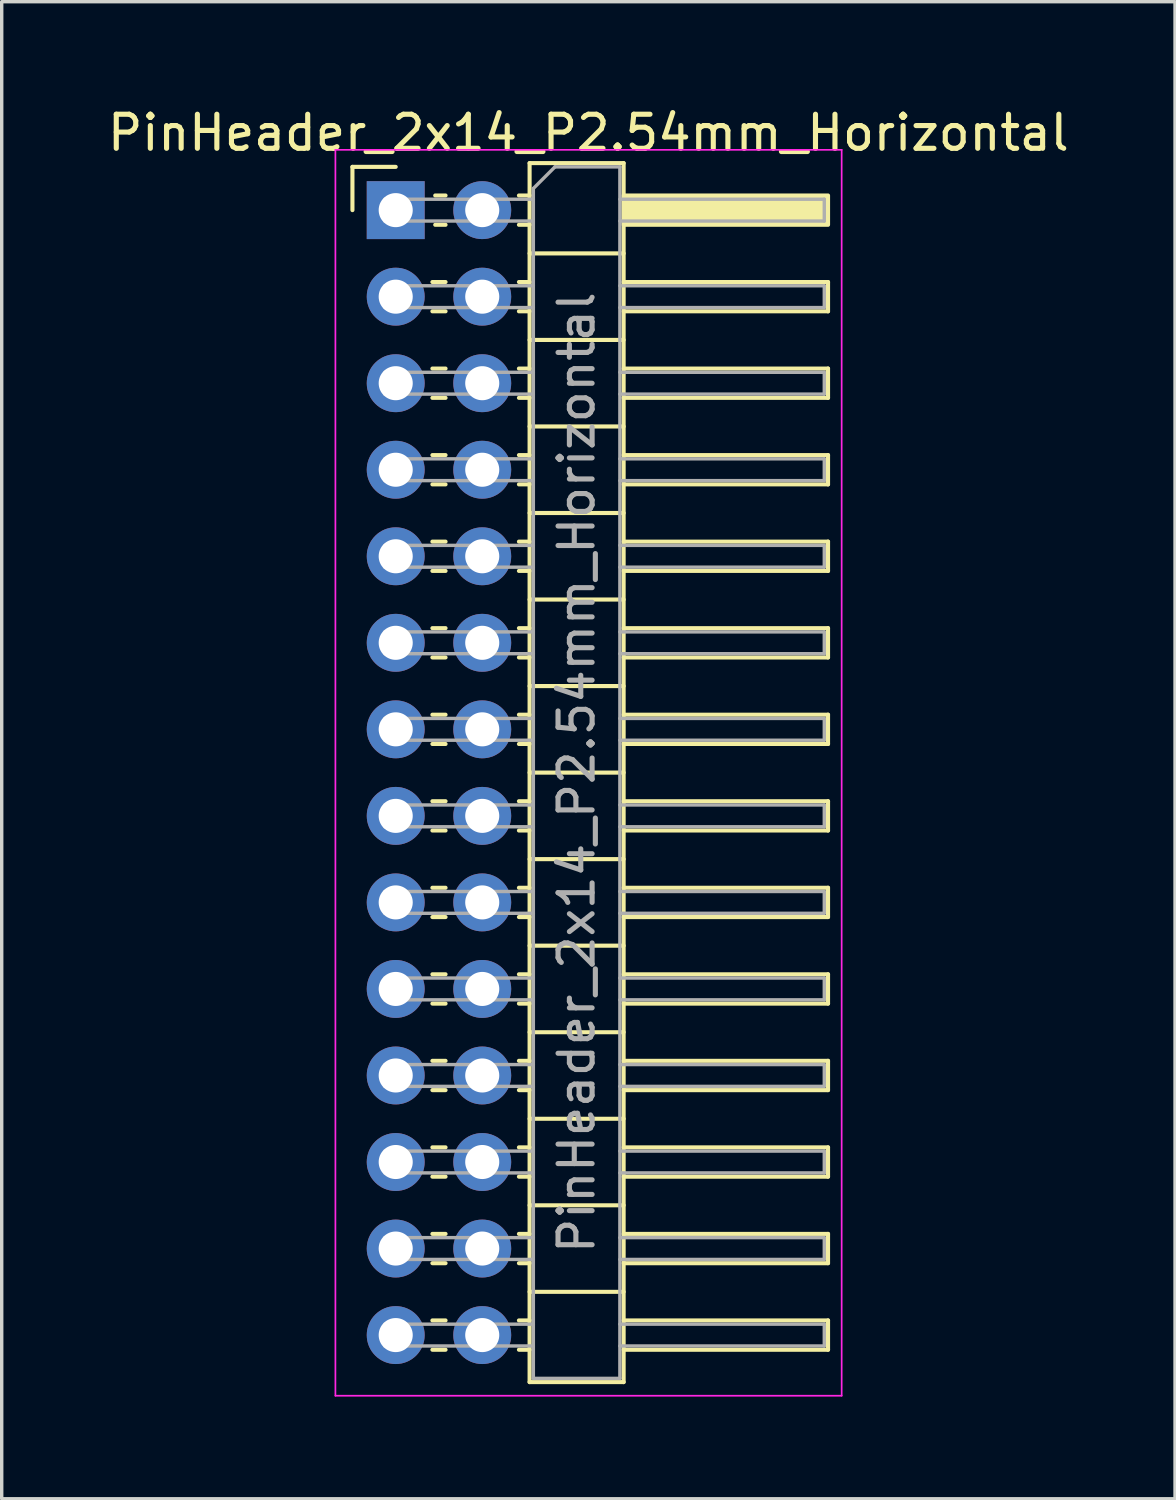
<source format=kicad_pcb>
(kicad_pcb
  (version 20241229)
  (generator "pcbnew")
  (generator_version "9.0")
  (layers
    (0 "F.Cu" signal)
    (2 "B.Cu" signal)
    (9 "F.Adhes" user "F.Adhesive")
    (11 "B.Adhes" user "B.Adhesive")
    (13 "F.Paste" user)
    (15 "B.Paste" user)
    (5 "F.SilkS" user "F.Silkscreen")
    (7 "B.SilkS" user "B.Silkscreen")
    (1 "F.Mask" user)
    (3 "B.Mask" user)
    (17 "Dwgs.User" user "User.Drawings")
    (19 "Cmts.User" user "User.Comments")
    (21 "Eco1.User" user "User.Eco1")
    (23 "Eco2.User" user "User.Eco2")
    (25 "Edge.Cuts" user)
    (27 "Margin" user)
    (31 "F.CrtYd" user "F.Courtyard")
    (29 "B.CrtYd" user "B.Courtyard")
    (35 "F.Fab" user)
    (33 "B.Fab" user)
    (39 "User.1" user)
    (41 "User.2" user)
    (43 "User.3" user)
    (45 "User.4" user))
  (footprint "PinHeader_2x14_P2.54mm_Horizontal"
    (layer "F.Cu")
    (at 8.565 3.118)
    (property "Reference" "PinHeader_2x14_P2.54mm_Horizontal" (at 5.655 -2.27 0) (layer "F.SilkS") (effects (font (size 1 1) (thickness 0.15))))
    (attr through_hole)
    (fp_line (start -1.27 -1.27) (end 0 -1.27) (stroke (width 0.12) (type solid)) (layer "F.SilkS"))
    (fp_line (start -1.27 0) (end -1.27 -1.27) (stroke (width 0.12) (type solid)) (layer "F.SilkS"))
    (fp_line (start 1.077 2.11) (end 1.463 2.11) (stroke (width 0.12) (type solid)) (layer "F.SilkS"))
    (fp_line (start 1.077 2.97) (end 1.463 2.97) (stroke (width 0.12) (type solid)) (layer "F.SilkS"))
    (fp_line (start 1.077 4.65) (end 1.463 4.65) (stroke (width 0.12) (type solid)) (layer "F.SilkS"))
    (fp_line (start 1.077 5.51) (end 1.463 5.51) (stroke (width 0.12) (type solid)) (layer "F.SilkS"))
    (fp_line (start 1.077 7.19) (end 1.463 7.19) (stroke (width 0.12) (type solid)) (layer "F.SilkS"))
    (fp_line (start 1.077 8.05) (end 1.463 8.05) (stroke (width 0.12) (type solid)) (layer "F.SilkS"))
    (fp_line (start 1.077 9.73) (end 1.463 9.73) (stroke (width 0.12) (type solid)) (layer "F.SilkS"))
    (fp_line (start 1.077 10.59) (end 1.463 10.59) (stroke (width 0.12) (type solid)) (layer "F.SilkS"))
    (fp_line (start 1.077 12.27) (end 1.463 12.27) (stroke (width 0.12) (type solid)) (layer "F.SilkS"))
    (fp_line (start 1.077 13.13) (end 1.463 13.13) (stroke (width 0.12) (type solid)) (layer "F.SilkS"))
    (fp_line (start 1.077 14.81) (end 1.463 14.81) (stroke (width 0.12) (type solid)) (layer "F.SilkS"))
    (fp_line (start 1.077 15.67) (end 1.463 15.67) (stroke (width 0.12) (type solid)) (layer "F.SilkS"))
    (fp_line (start 1.077 17.35) (end 1.463 17.35) (stroke (width 0.12) (type solid)) (layer "F.SilkS"))
    (fp_line (start 1.077 18.21) (end 1.463 18.21) (stroke (width 0.12) (type solid)) (layer "F.SilkS"))
    (fp_line (start 1.077 19.89) (end 1.463 19.89) (stroke (width 0.12) (type solid)) (layer "F.SilkS"))
    (fp_line (start 1.077 20.75) (end 1.463 20.75) (stroke (width 0.12) (type solid)) (layer "F.SilkS"))
    (fp_line (start 1.077 22.43) (end 1.463 22.43) (stroke (width 0.12) (type solid)) (layer "F.SilkS"))
    (fp_line (start 1.077 23.29) (end 1.463 23.29) (stroke (width 0.12) (type solid)) (layer "F.SilkS"))
    (fp_line (start 1.077 24.97) (end 1.463 24.97) (stroke (width 0.12) (type solid)) (layer "F.SilkS"))
    (fp_line (start 1.077 25.83) (end 1.463 25.83) (stroke (width 0.12) (type solid)) (layer "F.SilkS"))
    (fp_line (start 1.077 27.51) (end 1.463 27.51) (stroke (width 0.12) (type solid)) (layer "F.SilkS"))
    (fp_line (start 1.077 28.37) (end 1.463 28.37) (stroke (width 0.12) (type solid)) (layer "F.SilkS"))
    (fp_line (start 1.077 30.05) (end 1.463 30.05) (stroke (width 0.12) (type solid)) (layer "F.SilkS"))
    (fp_line (start 1.077 30.91) (end 1.463 30.91) (stroke (width 0.12) (type solid)) (layer "F.SilkS"))
    (fp_line (start 1.077 32.59) (end 1.463 32.59) (stroke (width 0.12) (type solid)) (layer "F.SilkS"))
    (fp_line (start 1.077 33.45) (end 1.463 33.45) (stroke (width 0.12) (type solid)) (layer "F.SilkS"))
    (fp_line (start 1.16 -0.43) (end 1.463 -0.43) (stroke (width 0.12) (type solid)) (layer "F.SilkS"))
    (fp_line (start 1.16 0.43) (end 1.463 0.43) (stroke (width 0.12) (type solid)) (layer "F.SilkS"))
    (fp_line (start 3.617 -0.43) (end 3.93 -0.43) (stroke (width 0.12) (type solid)) (layer "F.SilkS"))
    (fp_line (start 3.617 0.43) (end 3.93 0.43) (stroke (width 0.12) (type solid)) (layer "F.SilkS"))
    (fp_line (start 3.617 2.11) (end 3.93 2.11) (stroke (width 0.12) (type solid)) (layer "F.SilkS"))
    (fp_line (start 3.617 2.97) (end 3.93 2.97) (stroke (width 0.12) (type solid)) (layer "F.SilkS"))
    (fp_line (start 3.617 4.65) (end 3.93 4.65) (stroke (width 0.12) (type solid)) (layer "F.SilkS"))
    (fp_line (start 3.617 5.51) (end 3.93 5.51) (stroke (width 0.12) (type solid)) (layer "F.SilkS"))
    (fp_line (start 3.617 7.19) (end 3.93 7.19) (stroke (width 0.12) (type solid)) (layer "F.SilkS"))
    (fp_line (start 3.617 8.05) (end 3.93 8.05) (stroke (width 0.12) (type solid)) (layer "F.SilkS"))
    (fp_line (start 3.617 9.73) (end 3.93 9.73) (stroke (width 0.12) (type solid)) (layer "F.SilkS"))
    (fp_line (start 3.617 10.59) (end 3.93 10.59) (stroke (width 0.12) (type solid)) (layer "F.SilkS"))
    (fp_line (start 3.617 12.27) (end 3.93 12.27) (stroke (width 0.12) (type solid)) (layer "F.SilkS"))
    (fp_line (start 3.617 13.13) (end 3.93 13.13) (stroke (width 0.12) (type solid)) (layer "F.SilkS"))
    (fp_line (start 3.617 14.81) (end 3.93 14.81) (stroke (width 0.12) (type solid)) (layer "F.SilkS"))
    (fp_line (start 3.617 15.67) (end 3.93 15.67) (stroke (width 0.12) (type solid)) (layer "F.SilkS"))
    (fp_line (start 3.617 17.35) (end 3.93 17.35) (stroke (width 0.12) (type solid)) (layer "F.SilkS"))
    (fp_line (start 3.617 18.21) (end 3.93 18.21) (stroke (width 0.12) (type solid)) (layer "F.SilkS"))
    (fp_line (start 3.617 19.89) (end 3.93 19.89) (stroke (width 0.12) (type solid)) (layer "F.SilkS"))
    (fp_line (start 3.617 20.75) (end 3.93 20.75) (stroke (width 0.12) (type solid)) (layer "F.SilkS"))
    (fp_line (start 3.617 22.43) (end 3.93 22.43) (stroke (width 0.12) (type solid)) (layer "F.SilkS"))
    (fp_line (start 3.617 23.29) (end 3.93 23.29) (stroke (width 0.12) (type solid)) (layer "F.SilkS"))
    (fp_line (start 3.617 24.97) (end 3.93 24.97) (stroke (width 0.12) (type solid)) (layer "F.SilkS"))
    (fp_line (start 3.617 25.83) (end 3.93 25.83) (stroke (width 0.12) (type solid)) (layer "F.SilkS"))
    (fp_line (start 3.617 27.51) (end 3.93 27.51) (stroke (width 0.12) (type solid)) (layer "F.SilkS"))
    (fp_line (start 3.617 28.37) (end 3.93 28.37) (stroke (width 0.12) (type solid)) (layer "F.SilkS"))
    (fp_line (start 3.617 30.05) (end 3.93 30.05) (stroke (width 0.12) (type solid)) (layer "F.SilkS"))
    (fp_line (start 3.617 30.91) (end 3.93 30.91) (stroke (width 0.12) (type solid)) (layer "F.SilkS"))
    (fp_line (start 3.617 32.59) (end 3.93 32.59) (stroke (width 0.12) (type solid)) (layer "F.SilkS"))
    (fp_line (start 3.617 33.45) (end 3.93 33.45) (stroke (width 0.12) (type solid)) (layer "F.SilkS"))
    (fp_line (start 3.93 -1.38) (end 3.93 34.4) (stroke (width 0.12) (type solid)) (layer "F.SilkS"))
    (fp_line (start 3.93 1.27) (end 6.69 1.27) (stroke (width 0.12) (type solid)) (layer "F.SilkS"))
    (fp_line (start 3.93 3.81) (end 6.69 3.81) (stroke (width 0.12) (type solid)) (layer "F.SilkS"))
    (fp_line (start 3.93 6.35) (end 6.69 6.35) (stroke (width 0.12) (type solid)) (layer "F.SilkS"))
    (fp_line (start 3.93 8.89) (end 6.69 8.89) (stroke (width 0.12) (type solid)) (layer "F.SilkS"))
    (fp_line (start 3.93 11.43) (end 6.69 11.43) (stroke (width 0.12) (type solid)) (layer "F.SilkS"))
    (fp_line (start 3.93 13.97) (end 6.69 13.97) (stroke (width 0.12) (type solid)) (layer "F.SilkS"))
    (fp_line (start 3.93 16.51) (end 6.69 16.51) (stroke (width 0.12) (type solid)) (layer "F.SilkS"))
    (fp_line (start 3.93 19.05) (end 6.69 19.05) (stroke (width 0.12) (type solid)) (layer "F.SilkS"))
    (fp_line (start 3.93 21.59) (end 6.69 21.59) (stroke (width 0.12) (type solid)) (layer "F.SilkS"))
    (fp_line (start 3.93 24.13) (end 6.69 24.13) (stroke (width 0.12) (type solid)) (layer "F.SilkS"))
    (fp_line (start 3.93 26.67) (end 6.69 26.67) (stroke (width 0.12) (type solid)) (layer "F.SilkS"))
    (fp_line (start 3.93 29.21) (end 6.69 29.21) (stroke (width 0.12) (type solid)) (layer "F.SilkS"))
    (fp_line (start 3.93 31.75) (end 6.69 31.75) (stroke (width 0.12) (type solid)) (layer "F.SilkS"))
    (fp_line (start 3.93 34.4) (end 6.69 34.4) (stroke (width 0.12) (type solid)) (layer "F.SilkS"))
    (fp_line (start 6.69 -1.38) (end 3.93 -1.38) (stroke (width 0.12) (type solid)) (layer "F.SilkS"))
    (fp_line (start 6.69 2.11) (end 12.69 2.11) (stroke (width 0.12) (type solid)) (layer "F.SilkS"))
    (fp_line (start 6.69 4.65) (end 12.69 4.65) (stroke (width 0.12) (type solid)) (layer "F.SilkS"))
    (fp_line (start 6.69 7.19) (end 12.69 7.19) (stroke (width 0.12) (type solid)) (layer "F.SilkS"))
    (fp_line (start 6.69 9.73) (end 12.69 9.73) (stroke (width 0.12) (type solid)) (layer "F.SilkS"))
    (fp_line (start 6.69 12.27) (end 12.69 12.27) (stroke (width 0.12) (type solid)) (layer "F.SilkS"))
    (fp_line (start 6.69 14.81) (end 12.69 14.81) (stroke (width 0.12) (type solid)) (layer "F.SilkS"))
    (fp_line (start 6.69 17.35) (end 12.69 17.35) (stroke (width 0.12) (type solid)) (layer "F.SilkS"))
    (fp_line (start 6.69 19.89) (end 12.69 19.89) (stroke (width 0.12) (type solid)) (layer "F.SilkS"))
    (fp_line (start 6.69 22.43) (end 12.69 22.43) (stroke (width 0.12) (type solid)) (layer "F.SilkS"))
    (fp_line (start 6.69 24.97) (end 12.69 24.97) (stroke (width 0.12) (type solid)) (layer "F.SilkS"))
    (fp_line (start 6.69 27.51) (end 12.69 27.51) (stroke (width 0.12) (type solid)) (layer "F.SilkS"))
    (fp_line (start 6.69 30.05) (end 12.69 30.05) (stroke (width 0.12) (type solid)) (layer "F.SilkS"))
    (fp_line (start 6.69 32.59) (end 12.69 32.59) (stroke (width 0.12) (type solid)) (layer "F.SilkS"))
    (fp_line (start 6.69 34.4) (end 6.69 -1.38) (stroke (width 0.12) (type solid)) (layer "F.SilkS"))
    (fp_line (start 12.69 2.11) (end 12.69 2.97) (stroke (width 0.12) (type solid)) (layer "F.SilkS"))
    (fp_line (start 12.69 2.97) (end 6.69 2.97) (stroke (width 0.12) (type solid)) (layer "F.SilkS"))
    (fp_line (start 12.69 4.65) (end 12.69 5.51) (stroke (width 0.12) (type solid)) (layer "F.SilkS"))
    (fp_line (start 12.69 5.51) (end 6.69 5.51) (stroke (width 0.12) (type solid)) (layer "F.SilkS"))
    (fp_line (start 12.69 7.19) (end 12.69 8.05) (stroke (width 0.12) (type solid)) (layer "F.SilkS"))
    (fp_line (start 12.69 8.05) (end 6.69 8.05) (stroke (width 0.12) (type solid)) (layer "F.SilkS"))
    (fp_line (start 12.69 9.73) (end 12.69 10.59) (stroke (width 0.12) (type solid)) (layer "F.SilkS"))
    (fp_line (start 12.69 10.59) (end 6.69 10.59) (stroke (width 0.12) (type solid)) (layer "F.SilkS"))
    (fp_line (start 12.69 12.27) (end 12.69 13.13) (stroke (width 0.12) (type solid)) (layer "F.SilkS"))
    (fp_line (start 12.69 13.13) (end 6.69 13.13) (stroke (width 0.12) (type solid)) (layer "F.SilkS"))
    (fp_line (start 12.69 14.81) (end 12.69 15.67) (stroke (width 0.12) (type solid)) (layer "F.SilkS"))
    (fp_line (start 12.69 15.67) (end 6.69 15.67) (stroke (width 0.12) (type solid)) (layer "F.SilkS"))
    (fp_line (start 12.69 17.35) (end 12.69 18.21) (stroke (width 0.12) (type solid)) (layer "F.SilkS"))
    (fp_line (start 12.69 18.21) (end 6.69 18.21) (stroke (width 0.12) (type solid)) (layer "F.SilkS"))
    (fp_line (start 12.69 19.89) (end 12.69 20.75) (stroke (width 0.12) (type solid)) (layer "F.SilkS"))
    (fp_line (start 12.69 20.75) (end 6.69 20.75) (stroke (width 0.12) (type solid)) (layer "F.SilkS"))
    (fp_line (start 12.69 22.43) (end 12.69 23.29) (stroke (width 0.12) (type solid)) (layer "F.SilkS"))
    (fp_line (start 12.69 23.29) (end 6.69 23.29) (stroke (width 0.12) (type solid)) (layer "F.SilkS"))
    (fp_line (start 12.69 24.97) (end 12.69 25.83) (stroke (width 0.12) (type solid)) (layer "F.SilkS"))
    (fp_line (start 12.69 25.83) (end 6.69 25.83) (stroke (width 0.12) (type solid)) (layer "F.SilkS"))
    (fp_line (start 12.69 27.51) (end 12.69 28.37) (stroke (width 0.12) (type solid)) (layer "F.SilkS"))
    (fp_line (start 12.69 28.37) (end 6.69 28.37) (stroke (width 0.12) (type solid)) (layer "F.SilkS"))
    (fp_line (start 12.69 30.05) (end 12.69 30.91) (stroke (width 0.12) (type solid)) (layer "F.SilkS"))
    (fp_line (start 12.69 30.91) (end 6.69 30.91) (stroke (width 0.12) (type solid)) (layer "F.SilkS"))
    (fp_line (start 12.69 32.59) (end 12.69 33.45) (stroke (width 0.12) (type solid)) (layer "F.SilkS"))
    (fp_line (start 12.69 33.45) (end 6.69 33.45) (stroke (width 0.12) (type solid)) (layer "F.SilkS"))
    (fp_rect (start 6.69 -0.43) (end 12.69 0.43) (stroke (width 0.12) (type solid)) (fill yes) (layer "F.SilkS"))
    (fp_line (start -1.77 -1.77) (end -1.77 34.8) (stroke (width 0.05) (type solid)) (layer "F.CrtYd"))
    (fp_line (start -1.77 34.8) (end 13.09 34.8) (stroke (width 0.05) (type solid)) (layer "F.CrtYd"))
    (fp_line (start 13.09 -1.77) (end -1.77 -1.77) (stroke (width 0.05) (type solid)) (layer "F.CrtYd"))
    (fp_line (start 13.09 34.8) (end 13.09 -1.77) (stroke (width 0.05) (type solid)) (layer "F.CrtYd"))
    (fp_line (start -0.32 -0.32) (end -0.32 0.32) (stroke (width 0.1) (type solid)) (layer "F.Fab"))
    (fp_line (start -0.32 -0.32) (end 4.04 -0.32) (stroke (width 0.1) (type solid)) (layer "F.Fab"))
    (fp_line (start -0.32 0.32) (end 4.04 0.32) (stroke (width 0.1) (type solid)) (layer "F.Fab"))
    (fp_line (start -0.32 2.22) (end -0.32 2.86) (stroke (width 0.1) (type solid)) (layer "F.Fab"))
    (fp_line (start -0.32 2.22) (end 4.04 2.22) (stroke (width 0.1) (type solid)) (layer "F.Fab"))
    (fp_line (start -0.32 2.86) (end 4.04 2.86) (stroke (width 0.1) (type solid)) (layer "F.Fab"))
    (fp_line (start -0.32 4.76) (end -0.32 5.4) (stroke (width 0.1) (type solid)) (layer "F.Fab"))
    (fp_line (start -0.32 4.76) (end 4.04 4.76) (stroke (width 0.1) (type solid)) (layer "F.Fab"))
    (fp_line (start -0.32 5.4) (end 4.04 5.4) (stroke (width 0.1) (type solid)) (layer "F.Fab"))
    (fp_line (start -0.32 7.3) (end -0.32 7.94) (stroke (width 0.1) (type solid)) (layer "F.Fab"))
    (fp_line (start -0.32 7.3) (end 4.04 7.3) (stroke (width 0.1) (type solid)) (layer "F.Fab"))
    (fp_line (start -0.32 7.94) (end 4.04 7.94) (stroke (width 0.1) (type solid)) (layer "F.Fab"))
    (fp_line (start -0.32 9.84) (end -0.32 10.48) (stroke (width 0.1) (type solid)) (layer "F.Fab"))
    (fp_line (start -0.32 9.84) (end 4.04 9.84) (stroke (width 0.1) (type solid)) (layer "F.Fab"))
    (fp_line (start -0.32 10.48) (end 4.04 10.48) (stroke (width 0.1) (type solid)) (layer "F.Fab"))
    (fp_line (start -0.32 12.38) (end -0.32 13.02) (stroke (width 0.1) (type solid)) (layer "F.Fab"))
    (fp_line (start -0.32 12.38) (end 4.04 12.38) (stroke (width 0.1) (type solid)) (layer "F.Fab"))
    (fp_line (start -0.32 13.02) (end 4.04 13.02) (stroke (width 0.1) (type solid)) (layer "F.Fab"))
    (fp_line (start -0.32 14.92) (end -0.32 15.56) (stroke (width 0.1) (type solid)) (layer "F.Fab"))
    (fp_line (start -0.32 14.92) (end 4.04 14.92) (stroke (width 0.1) (type solid)) (layer "F.Fab"))
    (fp_line (start -0.32 15.56) (end 4.04 15.56) (stroke (width 0.1) (type solid)) (layer "F.Fab"))
    (fp_line (start -0.32 17.46) (end -0.32 18.1) (stroke (width 0.1) (type solid)) (layer "F.Fab"))
    (fp_line (start -0.32 17.46) (end 4.04 17.46) (stroke (width 0.1) (type solid)) (layer "F.Fab"))
    (fp_line (start -0.32 18.1) (end 4.04 18.1) (stroke (width 0.1) (type solid)) (layer "F.Fab"))
    (fp_line (start -0.32 20) (end -0.32 20.64) (stroke (width 0.1) (type solid)) (layer "F.Fab"))
    (fp_line (start -0.32 20) (end 4.04 20) (stroke (width 0.1) (type solid)) (layer "F.Fab"))
    (fp_line (start -0.32 20.64) (end 4.04 20.64) (stroke (width 0.1) (type solid)) (layer "F.Fab"))
    (fp_line (start -0.32 22.54) (end -0.32 23.18) (stroke (width 0.1) (type solid)) (layer "F.Fab"))
    (fp_line (start -0.32 22.54) (end 4.04 22.54) (stroke (width 0.1) (type solid)) (layer "F.Fab"))
    (fp_line (start -0.32 23.18) (end 4.04 23.18) (stroke (width 0.1) (type solid)) (layer "F.Fab"))
    (fp_line (start -0.32 25.08) (end -0.32 25.72) (stroke (width 0.1) (type solid)) (layer "F.Fab"))
    (fp_line (start -0.32 25.08) (end 4.04 25.08) (stroke (width 0.1) (type solid)) (layer "F.Fab"))
    (fp_line (start -0.32 25.72) (end 4.04 25.72) (stroke (width 0.1) (type solid)) (layer "F.Fab"))
    (fp_line (start -0.32 27.62) (end -0.32 28.26) (stroke (width 0.1) (type solid)) (layer "F.Fab"))
    (fp_line (start -0.32 27.62) (end 4.04 27.62) (stroke (width 0.1) (type solid)) (layer "F.Fab"))
    (fp_line (start -0.32 28.26) (end 4.04 28.26) (stroke (width 0.1) (type solid)) (layer "F.Fab"))
    (fp_line (start -0.32 30.16) (end -0.32 30.8) (stroke (width 0.1) (type solid)) (layer "F.Fab"))
    (fp_line (start -0.32 30.16) (end 4.04 30.16) (stroke (width 0.1) (type solid)) (layer "F.Fab"))
    (fp_line (start -0.32 30.8) (end 4.04 30.8) (stroke (width 0.1) (type solid)) (layer "F.Fab"))
    (fp_line (start -0.32 32.7) (end -0.32 33.34) (stroke (width 0.1) (type solid)) (layer "F.Fab"))
    (fp_line (start -0.32 32.7) (end 4.04 32.7) (stroke (width 0.1) (type solid)) (layer "F.Fab"))
    (fp_line (start -0.32 33.34) (end 4.04 33.34) (stroke (width 0.1) (type solid)) (layer "F.Fab"))
    (fp_line (start 4.04 -0.635) (end 4.675 -1.27) (stroke (width 0.1) (type solid)) (layer "F.Fab"))
    (fp_line (start 4.04 34.29) (end 4.04 -0.635) (stroke (width 0.1) (type solid)) (layer "F.Fab"))
    (fp_line (start 4.675 -1.27) (end 6.58 -1.27) (stroke (width 0.1) (type solid)) (layer "F.Fab"))
    (fp_line (start 6.58 -1.27) (end 6.58 34.29) (stroke (width 0.1) (type solid)) (layer "F.Fab"))
    (fp_line (start 6.58 -0.32) (end 12.58 -0.32) (stroke (width 0.1) (type solid)) (layer "F.Fab"))
    (fp_line (start 6.58 0.32) (end 12.58 0.32) (stroke (width 0.1) (type solid)) (layer "F.Fab"))
    (fp_line (start 6.58 2.22) (end 12.58 2.22) (stroke (width 0.1) (type solid)) (layer "F.Fab"))
    (fp_line (start 6.58 2.86) (end 12.58 2.86) (stroke (width 0.1) (type solid)) (layer "F.Fab"))
    (fp_line (start 6.58 4.76) (end 12.58 4.76) (stroke (width 0.1) (type solid)) (layer "F.Fab"))
    (fp_line (start 6.58 5.4) (end 12.58 5.4) (stroke (width 0.1) (type solid)) (layer "F.Fab"))
    (fp_line (start 6.58 7.3) (end 12.58 7.3) (stroke (width 0.1) (type solid)) (layer "F.Fab"))
    (fp_line (start 6.58 7.94) (end 12.58 7.94) (stroke (width 0.1) (type solid)) (layer "F.Fab"))
    (fp_line (start 6.58 9.84) (end 12.58 9.84) (stroke (width 0.1) (type solid)) (layer "F.Fab"))
    (fp_line (start 6.58 10.48) (end 12.58 10.48) (stroke (width 0.1) (type solid)) (layer "F.Fab"))
    (fp_line (start 6.58 12.38) (end 12.58 12.38) (stroke (width 0.1) (type solid)) (layer "F.Fab"))
    (fp_line (start 6.58 13.02) (end 12.58 13.02) (stroke (width 0.1) (type solid)) (layer "F.Fab"))
    (fp_line (start 6.58 14.92) (end 12.58 14.92) (stroke (width 0.1) (type solid)) (layer "F.Fab"))
    (fp_line (start 6.58 15.56) (end 12.58 15.56) (stroke (width 0.1) (type solid)) (layer "F.Fab"))
    (fp_line (start 6.58 17.46) (end 12.58 17.46) (stroke (width 0.1) (type solid)) (layer "F.Fab"))
    (fp_line (start 6.58 18.1) (end 12.58 18.1) (stroke (width 0.1) (type solid)) (layer "F.Fab"))
    (fp_line (start 6.58 20) (end 12.58 20) (stroke (width 0.1) (type solid)) (layer "F.Fab"))
    (fp_line (start 6.58 20.64) (end 12.58 20.64) (stroke (width 0.1) (type solid)) (layer "F.Fab"))
    (fp_line (start 6.58 22.54) (end 12.58 22.54) (stroke (width 0.1) (type solid)) (layer "F.Fab"))
    (fp_line (start 6.58 23.18) (end 12.58 23.18) (stroke (width 0.1) (type solid)) (layer "F.Fab"))
    (fp_line (start 6.58 25.08) (end 12.58 25.08) (stroke (width 0.1) (type solid)) (layer "F.Fab"))
    (fp_line (start 6.58 25.72) (end 12.58 25.72) (stroke (width 0.1) (type solid)) (layer "F.Fab"))
    (fp_line (start 6.58 27.62) (end 12.58 27.62) (stroke (width 0.1) (type solid)) (layer "F.Fab"))
    (fp_line (start 6.58 28.26) (end 12.58 28.26) (stroke (width 0.1) (type solid)) (layer "F.Fab"))
    (fp_line (start 6.58 30.16) (end 12.58 30.16) (stroke (width 0.1) (type solid)) (layer "F.Fab"))
    (fp_line (start 6.58 30.8) (end 12.58 30.8) (stroke (width 0.1) (type solid)) (layer "F.Fab"))
    (fp_line (start 6.58 32.7) (end 12.58 32.7) (stroke (width 0.1) (type solid)) (layer "F.Fab"))
    (fp_line (start 6.58 33.34) (end 12.58 33.34) (stroke (width 0.1) (type solid)) (layer "F.Fab"))
    (fp_line (start 6.58 34.29) (end 4.04 34.29) (stroke (width 0.1) (type solid)) (layer "F.Fab"))
    (fp_line (start 12.58 -0.32) (end 12.58 0.32) (stroke (width 0.1) (type solid)) (layer "F.Fab"))
    (fp_line (start 12.58 2.22) (end 12.58 2.86) (stroke (width 0.1) (type solid)) (layer "F.Fab"))
    (fp_line (start 12.58 4.76) (end 12.58 5.4) (stroke (width 0.1) (type solid)) (layer "F.Fab"))
    (fp_line (start 12.58 7.3) (end 12.58 7.94) (stroke (width 0.1) (type solid)) (layer "F.Fab"))
    (fp_line (start 12.58 9.84) (end 12.58 10.48) (stroke (width 0.1) (type solid)) (layer "F.Fab"))
    (fp_line (start 12.58 12.38) (end 12.58 13.02) (stroke (width 0.1) (type solid)) (layer "F.Fab"))
    (fp_line (start 12.58 14.92) (end 12.58 15.56) (stroke (width 0.1) (type solid)) (layer "F.Fab"))
    (fp_line (start 12.58 17.46) (end 12.58 18.1) (stroke (width 0.1) (type solid)) (layer "F.Fab"))
    (fp_line (start 12.58 20) (end 12.58 20.64) (stroke (width 0.1) (type solid)) (layer "F.Fab"))
    (fp_line (start 12.58 22.54) (end 12.58 23.18) (stroke (width 0.1) (type solid)) (layer "F.Fab"))
    (fp_line (start 12.58 25.08) (end 12.58 25.72) (stroke (width 0.1) (type solid)) (layer "F.Fab"))
    (fp_line (start 12.58 27.62) (end 12.58 28.26) (stroke (width 0.1) (type solid)) (layer "F.Fab"))
    (fp_line (start 12.58 30.16) (end 12.58 30.8) (stroke (width 0.1) (type solid)) (layer "F.Fab"))
    (fp_line (start 12.58 32.7) (end 12.58 33.34) (stroke (width 0.1) (type solid)) (layer "F.Fab"))
    (fp_text user "${REFERENCE}" (at 5.31 16.51 90) (layer "F.Fab") (effects (font (size 1 1) (thickness 0.15))))
    (pad "1" thru_hole rect (at 0 0) (size 1.7 1.7) (drill 1) (layers "*.Cu" "*.Mask"))
    (pad "2" thru_hole circle (at 2.54 0) (size 1.7 1.7) (drill 1) (layers "*.Cu" "*.Mask"))
    (pad "3" thru_hole circle (at 0 2.54) (size 1.7 1.7) (drill 1) (layers "*.Cu" "*.Mask"))
    (pad "4" thru_hole circle (at 2.54 2.54) (size 1.7 1.7) (drill 1) (layers "*.Cu" "*.Mask"))
    (pad "5" thru_hole circle (at 0 5.08) (size 1.7 1.7) (drill 1) (layers "*.Cu" "*.Mask"))
    (pad "6" thru_hole circle (at 2.54 5.08) (size 1.7 1.7) (drill 1) (layers "*.Cu" "*.Mask"))
    (pad "7" thru_hole circle (at 0 7.62) (size 1.7 1.7) (drill 1) (layers "*.Cu" "*.Mask"))
    (pad "8" thru_hole circle (at 2.54 7.62) (size 1.7 1.7) (drill 1) (layers "*.Cu" "*.Mask"))
    (pad "9" thru_hole circle (at 0 10.16) (size 1.7 1.7) (drill 1) (layers "*.Cu" "*.Mask"))
    (pad "10" thru_hole circle (at 2.54 10.16) (size 1.7 1.7) (drill 1) (layers "*.Cu" "*.Mask"))
    (pad "11" thru_hole circle (at 0 12.7) (size 1.7 1.7) (drill 1) (layers "*.Cu" "*.Mask"))
    (pad "12" thru_hole circle (at 2.54 12.7) (size 1.7 1.7) (drill 1) (layers "*.Cu" "*.Mask"))
    (pad "13" thru_hole circle (at 0 15.24) (size 1.7 1.7) (drill 1) (layers "*.Cu" "*.Mask"))
    (pad "14" thru_hole circle (at 2.54 15.24) (size 1.7 1.7) (drill 1) (layers "*.Cu" "*.Mask"))
    (pad "15" thru_hole circle (at 0 17.78) (size 1.7 1.7) (drill 1) (layers "*.Cu" "*.Mask"))
    (pad "16" thru_hole circle (at 2.54 17.78) (size 1.7 1.7) (drill 1) (layers "*.Cu" "*.Mask"))
    (pad "17" thru_hole circle (at 0 20.32) (size 1.7 1.7) (drill 1) (layers "*.Cu" "*.Mask"))
    (pad "18" thru_hole circle (at 2.54 20.32) (size 1.7 1.7) (drill 1) (layers "*.Cu" "*.Mask"))
    (pad "19" thru_hole circle (at 0 22.86) (size 1.7 1.7) (drill 1) (layers "*.Cu" "*.Mask"))
    (pad "20" thru_hole circle (at 2.54 22.86) (size 1.7 1.7) (drill 1) (layers "*.Cu" "*.Mask"))
    (pad "21" thru_hole circle (at 0 25.4) (size 1.7 1.7) (drill 1) (layers "*.Cu" "*.Mask"))
    (pad "22" thru_hole circle (at 2.54 25.4) (size 1.7 1.7) (drill 1) (layers "*.Cu" "*.Mask"))
    (pad "23" thru_hole circle (at 0 27.94) (size 1.7 1.7) (drill 1) (layers "*.Cu" "*.Mask"))
    (pad "24" thru_hole circle (at 2.54 27.94) (size 1.7 1.7) (drill 1) (layers "*.Cu" "*.Mask"))
    (pad "25" thru_hole circle (at 0 30.48) (size 1.7 1.7) (drill 1) (layers "*.Cu" "*.Mask"))
    (pad "26" thru_hole circle (at 2.54 30.48) (size 1.7 1.7) (drill 1) (layers "*.Cu" "*.Mask"))
    (pad "27" thru_hole circle (at 0 33.02) (size 1.7 1.7) (drill 1) (layers "*.Cu" "*.Mask"))
    (pad "28" thru_hole circle (at 2.54 33.02) (size 1.7 1.7) (drill 1) (layers "*.Cu" "*.Mask")))
  (gr_rect
    (start -3 -3)
    (end 31.44 40.943)
    (stroke (width 0.1) (type default))
    (fill no)
    (layer "Edge.Cuts")))
</source>
